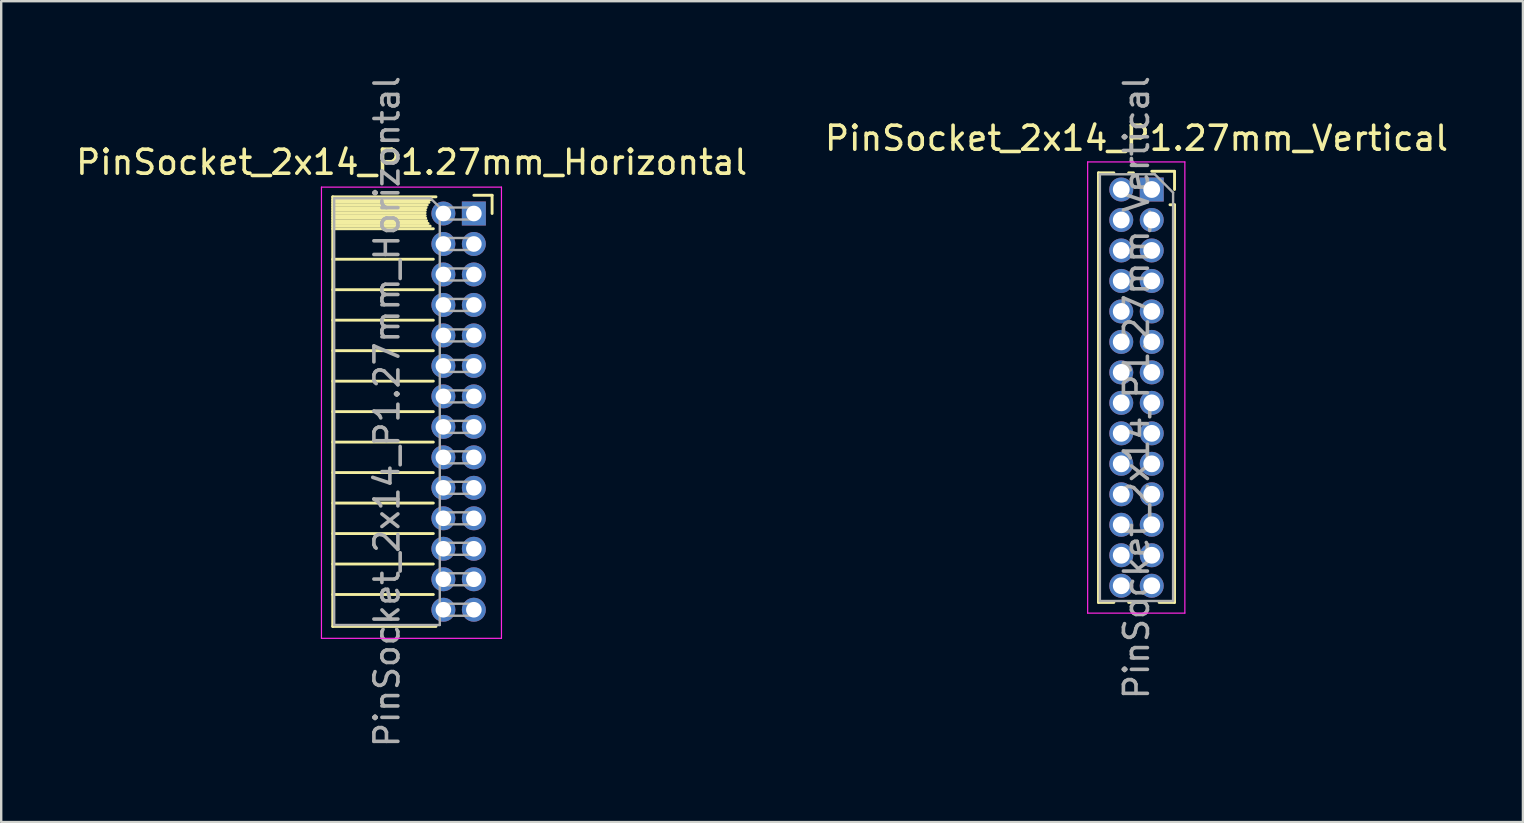
<source format=kicad_pcb>
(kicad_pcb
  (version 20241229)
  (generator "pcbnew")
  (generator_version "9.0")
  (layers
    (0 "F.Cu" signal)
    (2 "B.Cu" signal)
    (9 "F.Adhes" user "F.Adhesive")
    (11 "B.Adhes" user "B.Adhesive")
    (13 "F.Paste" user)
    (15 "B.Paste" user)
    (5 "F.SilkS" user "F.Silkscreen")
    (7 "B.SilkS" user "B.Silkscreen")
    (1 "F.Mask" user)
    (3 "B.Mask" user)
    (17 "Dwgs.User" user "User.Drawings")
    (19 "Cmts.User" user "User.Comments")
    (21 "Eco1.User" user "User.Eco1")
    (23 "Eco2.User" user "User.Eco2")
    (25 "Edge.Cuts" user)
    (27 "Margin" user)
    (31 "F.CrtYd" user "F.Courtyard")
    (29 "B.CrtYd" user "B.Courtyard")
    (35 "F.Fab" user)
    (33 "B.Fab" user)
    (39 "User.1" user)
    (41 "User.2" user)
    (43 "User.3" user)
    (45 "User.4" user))
  (footprint "PinSocket_2x14_P1.27mm_Horizontal"
    (layer "F.Cu")
    (at 16.694 5.846)
    (property "Reference" "PinSocket_2x14_P1.27mm_Horizontal" (at -2.592 -2.135 0) (layer "F.SilkS") (effects (font (size 1 1) (thickness 0.15))))
    (attr through_hole)
    (fp_line (start -5.88 -0.695) (end -5.88 17.205) (stroke (width 0.12) (type solid)) (layer "F.SilkS"))
    (fp_line (start -5.88 -0.695) (end -1.578 -0.695) (stroke (width 0.12) (type solid)) (layer "F.SilkS"))
    (fp_line (start -5.88 -0.575) (end -1.767 -0.575) (stroke (width 0.12) (type solid)) (layer "F.SilkS"))
    (fp_line (start -5.88 -0.465) (end -1.871 -0.465) (stroke (width 0.12) (type solid)) (layer "F.SilkS"))
    (fp_line (start -5.88 -0.355) (end -1.942 -0.355) (stroke (width 0.12) (type solid)) (layer "F.SilkS"))
    (fp_line (start -5.88 -0.245) (end -1.989 -0.245) (stroke (width 0.12) (type solid)) (layer "F.SilkS"))
    (fp_line (start -5.88 -0.135) (end -2.018 -0.135) (stroke (width 0.12) (type solid)) (layer "F.SilkS"))
    (fp_line (start -5.88 -0.025) (end -2.03 -0.025) (stroke (width 0.12) (type solid)) (layer "F.SilkS"))
    (fp_line (start -5.88 0.085) (end -2.025 0.085) (stroke (width 0.12) (type solid)) (layer "F.SilkS"))
    (fp_line (start -5.88 0.195) (end -2.005 0.195) (stroke (width 0.12) (type solid)) (layer "F.SilkS"))
    (fp_line (start -5.88 0.305) (end -1.966 0.305) (stroke (width 0.12) (type solid)) (layer "F.SilkS"))
    (fp_line (start -5.88 0.415) (end -1.907 0.415) (stroke (width 0.12) (type solid)) (layer "F.SilkS"))
    (fp_line (start -5.88 0.525) (end -1.82 0.525) (stroke (width 0.12) (type solid)) (layer "F.SilkS"))
    (fp_line (start -5.88 0.635) (end -1.688 0.635) (stroke (width 0.12) (type solid)) (layer "F.SilkS"))
    (fp_line (start -5.88 1.905) (end -1.688 1.905) (stroke (width 0.12) (type solid)) (layer "F.SilkS"))
    (fp_line (start -5.88 3.175) (end -1.688 3.175) (stroke (width 0.12) (type solid)) (layer "F.SilkS"))
    (fp_line (start -5.88 4.445) (end -1.688 4.445) (stroke (width 0.12) (type solid)) (layer "F.SilkS"))
    (fp_line (start -5.88 5.715) (end -1.688 5.715) (stroke (width 0.12) (type solid)) (layer "F.SilkS"))
    (fp_line (start -5.88 6.985) (end -1.688 6.985) (stroke (width 0.12) (type solid)) (layer "F.SilkS"))
    (fp_line (start -5.88 8.255) (end -1.688 8.255) (stroke (width 0.12) (type solid)) (layer "F.SilkS"))
    (fp_line (start -5.88 9.525) (end -1.688 9.525) (stroke (width 0.12) (type solid)) (layer "F.SilkS"))
    (fp_line (start -5.88 10.795) (end -1.688 10.795) (stroke (width 0.12) (type solid)) (layer "F.SilkS"))
    (fp_line (start -5.88 12.065) (end -1.688 12.065) (stroke (width 0.12) (type solid)) (layer "F.SilkS"))
    (fp_line (start -5.88 13.335) (end -1.688 13.335) (stroke (width 0.12) (type solid)) (layer "F.SilkS"))
    (fp_line (start -5.88 14.605) (end -1.688 14.605) (stroke (width 0.12) (type solid)) (layer "F.SilkS"))
    (fp_line (start -5.88 15.875) (end -1.688 15.875) (stroke (width 0.12) (type solid)) (layer "F.SilkS"))
    (fp_line (start -5.88 17.205) (end -1.578 17.205) (stroke (width 0.12) (type solid)) (layer "F.SilkS"))
    (fp_line (start 0 -0.76) (end 0.76 -0.76) (stroke (width 0.12) (type solid)) (layer "F.SilkS"))
    (fp_line (start 0.76 -0.76) (end 0.76 0) (stroke (width 0.12) (type solid)) (layer "F.SilkS"))
    (fp_line (start -6.35 -1.1) (end -6.35 17.7) (stroke (width 0.05) (type solid)) (layer "F.CrtYd"))
    (fp_line (start -6.35 17.7) (end 1.15 17.7) (stroke (width 0.05) (type solid)) (layer "F.CrtYd"))
    (fp_line (start 1.15 -1.1) (end -6.35 -1.1) (stroke (width 0.05) (type solid)) (layer "F.CrtYd"))
    (fp_line (start 1.15 17.7) (end 1.15 -1.1) (stroke (width 0.05) (type solid)) (layer "F.CrtYd"))
    (fp_line (start -5.82 -0.635) (end -1.805 -0.635) (stroke (width 0.1) (type solid)) (layer "F.Fab"))
    (fp_line (start -5.82 17.145) (end -5.82 -0.635) (stroke (width 0.1) (type solid)) (layer "F.Fab"))
    (fp_line (start -1.805 -0.635) (end -1.42 -0.25) (stroke (width 0.1) (type solid)) (layer "F.Fab"))
    (fp_line (start -1.42 -0.25) (end -1.42 17.145) (stroke (width 0.1) (type solid)) (layer "F.Fab"))
    (fp_line (start -1.42 0.25) (end 0 0.25) (stroke (width 0.1) (type solid)) (layer "F.Fab"))
    (fp_line (start -1.42 1.52) (end 0 1.52) (stroke (width 0.1) (type solid)) (layer "F.Fab"))
    (fp_line (start -1.42 2.79) (end 0 2.79) (stroke (width 0.1) (type solid)) (layer "F.Fab"))
    (fp_line (start -1.42 4.06) (end 0 4.06) (stroke (width 0.1) (type solid)) (layer "F.Fab"))
    (fp_line (start -1.42 5.33) (end 0 5.33) (stroke (width 0.1) (type solid)) (layer "F.Fab"))
    (fp_line (start -1.42 6.6) (end 0 6.6) (stroke (width 0.1) (type solid)) (layer "F.Fab"))
    (fp_line (start -1.42 7.87) (end 0 7.87) (stroke (width 0.1) (type solid)) (layer "F.Fab"))
    (fp_line (start -1.42 9.14) (end 0 9.14) (stroke (width 0.1) (type solid)) (layer "F.Fab"))
    (fp_line (start -1.42 10.41) (end 0 10.41) (stroke (width 0.1) (type solid)) (layer "F.Fab"))
    (fp_line (start -1.42 11.68) (end 0 11.68) (stroke (width 0.1) (type solid)) (layer "F.Fab"))
    (fp_line (start -1.42 12.95) (end 0 12.95) (stroke (width 0.1) (type solid)) (layer "F.Fab"))
    (fp_line (start -1.42 14.22) (end 0 14.22) (stroke (width 0.1) (type solid)) (layer "F.Fab"))
    (fp_line (start -1.42 15.49) (end 0 15.49) (stroke (width 0.1) (type solid)) (layer "F.Fab"))
    (fp_line (start -1.42 16.76) (end 0 16.76) (stroke (width 0.1) (type solid)) (layer "F.Fab"))
    (fp_line (start -1.42 17.145) (end -5.82 17.145) (stroke (width 0.1) (type solid)) (layer "F.Fab"))
    (fp_line (start 0 -0.25) (end -1.42 -0.25) (stroke (width 0.1) (type solid)) (layer "F.Fab"))
    (fp_line (start 0 0.25) (end 0 -0.25) (stroke (width 0.1) (type solid)) (layer "F.Fab"))
    (fp_line (start 0 1.02) (end -1.42 1.02) (stroke (width 0.1) (type solid)) (layer "F.Fab"))
    (fp_line (start 0 1.52) (end 0 1.02) (stroke (width 0.1) (type solid)) (layer "F.Fab"))
    (fp_line (start 0 2.29) (end -1.42 2.29) (stroke (width 0.1) (type solid)) (layer "F.Fab"))
    (fp_line (start 0 2.79) (end 0 2.29) (stroke (width 0.1) (type solid)) (layer "F.Fab"))
    (fp_line (start 0 3.56) (end -1.42 3.56) (stroke (width 0.1) (type solid)) (layer "F.Fab"))
    (fp_line (start 0 4.06) (end 0 3.56) (stroke (width 0.1) (type solid)) (layer "F.Fab"))
    (fp_line (start 0 4.83) (end -1.42 4.83) (stroke (width 0.1) (type solid)) (layer "F.Fab"))
    (fp_line (start 0 5.33) (end 0 4.83) (stroke (width 0.1) (type solid)) (layer "F.Fab"))
    (fp_line (start 0 6.1) (end -1.42 6.1) (stroke (width 0.1) (type solid)) (layer "F.Fab"))
    (fp_line (start 0 6.6) (end 0 6.1) (stroke (width 0.1) (type solid)) (layer "F.Fab"))
    (fp_line (start 0 7.37) (end -1.42 7.37) (stroke (width 0.1) (type solid)) (layer "F.Fab"))
    (fp_line (start 0 7.87) (end 0 7.37) (stroke (width 0.1) (type solid)) (layer "F.Fab"))
    (fp_line (start 0 8.64) (end -1.42 8.64) (stroke (width 0.1) (type solid)) (layer "F.Fab"))
    (fp_line (start 0 9.14) (end 0 8.64) (stroke (width 0.1) (type solid)) (layer "F.Fab"))
    (fp_line (start 0 9.91) (end -1.42 9.91) (stroke (width 0.1) (type solid)) (layer "F.Fab"))
    (fp_line (start 0 10.41) (end 0 9.91) (stroke (width 0.1) (type solid)) (layer "F.Fab"))
    (fp_line (start 0 11.18) (end -1.42 11.18) (stroke (width 0.1) (type solid)) (layer "F.Fab"))
    (fp_line (start 0 11.68) (end 0 11.18) (stroke (width 0.1) (type solid)) (layer "F.Fab"))
    (fp_line (start 0 12.45) (end -1.42 12.45) (stroke (width 0.1) (type solid)) (layer "F.Fab"))
    (fp_line (start 0 12.95) (end 0 12.45) (stroke (width 0.1) (type solid)) (layer "F.Fab"))
    (fp_line (start 0 13.72) (end -1.42 13.72) (stroke (width 0.1) (type solid)) (layer "F.Fab"))
    (fp_line (start 0 14.22) (end 0 13.72) (stroke (width 0.1) (type solid)) (layer "F.Fab"))
    (fp_line (start 0 14.99) (end -1.42 14.99) (stroke (width 0.1) (type solid)) (layer "F.Fab"))
    (fp_line (start 0 15.49) (end 0 14.99) (stroke (width 0.1) (type solid)) (layer "F.Fab"))
    (fp_line (start 0 16.26) (end -1.42 16.26) (stroke (width 0.1) (type solid)) (layer "F.Fab"))
    (fp_line (start 0 16.76) (end 0 16.26) (stroke (width 0.1) (type solid)) (layer "F.Fab"))
    (fp_text user "${REFERENCE}" (at -3.62 8.255 90) (layer "F.Fab") (effects (font (size 1 1) (thickness 0.15))))
    (pad "1" thru_hole rect (at 0 0) (size 1 1) (drill 0.65) (layers "*.Cu" "*.Mask"))
    (pad "2" thru_hole oval (at -1.27 0) (size 1 1) (drill 0.65) (layers "*.Cu" "*.Mask"))
    (pad "3" thru_hole oval (at 0 1.27) (size 1 1) (drill 0.65) (layers "*.Cu" "*.Mask"))
    (pad "4" thru_hole oval (at -1.27 1.27) (size 1 1) (drill 0.65) (layers "*.Cu" "*.Mask"))
    (pad "5" thru_hole oval (at 0 2.54) (size 1 1) (drill 0.65) (layers "*.Cu" "*.Mask"))
    (pad "6" thru_hole oval (at -1.27 2.54) (size 1 1) (drill 0.65) (layers "*.Cu" "*.Mask"))
    (pad "7" thru_hole oval (at 0 3.81) (size 1 1) (drill 0.65) (layers "*.Cu" "*.Mask"))
    (pad "8" thru_hole oval (at -1.27 3.81) (size 1 1) (drill 0.65) (layers "*.Cu" "*.Mask"))
    (pad "9" thru_hole oval (at 0 5.08) (size 1 1) (drill 0.65) (layers "*.Cu" "*.Mask"))
    (pad "10" thru_hole oval (at -1.27 5.08) (size 1 1) (drill 0.65) (layers "*.Cu" "*.Mask"))
    (pad "11" thru_hole oval (at 0 6.35) (size 1 1) (drill 0.65) (layers "*.Cu" "*.Mask"))
    (pad "12" thru_hole oval (at -1.27 6.35) (size 1 1) (drill 0.65) (layers "*.Cu" "*.Mask"))
    (pad "13" thru_hole oval (at 0 7.62) (size 1 1) (drill 0.65) (layers "*.Cu" "*.Mask"))
    (pad "14" thru_hole oval (at -1.27 7.62) (size 1 1) (drill 0.65) (layers "*.Cu" "*.Mask"))
    (pad "15" thru_hole oval (at 0 8.89) (size 1 1) (drill 0.65) (layers "*.Cu" "*.Mask"))
    (pad "16" thru_hole oval (at -1.27 8.89) (size 1 1) (drill 0.65) (layers "*.Cu" "*.Mask"))
    (pad "17" thru_hole oval (at 0 10.16) (size 1 1) (drill 0.65) (layers "*.Cu" "*.Mask"))
    (pad "18" thru_hole oval (at -1.27 10.16) (size 1 1) (drill 0.65) (layers "*.Cu" "*.Mask"))
    (pad "19" thru_hole oval (at 0 11.43) (size 1 1) (drill 0.65) (layers "*.Cu" "*.Mask"))
    (pad "20" thru_hole oval (at -1.27 11.43) (size 1 1) (drill 0.65) (layers "*.Cu" "*.Mask"))
    (pad "21" thru_hole oval (at 0 12.7) (size 1 1) (drill 0.65) (layers "*.Cu" "*.Mask"))
    (pad "22" thru_hole oval (at -1.27 12.7) (size 1 1) (drill 0.65) (layers "*.Cu" "*.Mask"))
    (pad "23" thru_hole oval (at 0 13.97) (size 1 1) (drill 0.65) (layers "*.Cu" "*.Mask"))
    (pad "24" thru_hole oval (at -1.27 13.97) (size 1 1) (drill 0.65) (layers "*.Cu" "*.Mask"))
    (pad "25" thru_hole oval (at 0 15.24) (size 1 1) (drill 0.65) (layers "*.Cu" "*.Mask"))
    (pad "26" thru_hole oval (at -1.27 15.24) (size 1 1) (drill 0.65) (layers "*.Cu" "*.Mask"))
    (pad "27" thru_hole oval (at 0 16.51) (size 1 1) (drill 0.65) (layers "*.Cu" "*.Mask"))
    (pad "28" thru_hole oval (at -1.27 16.51) (size 1 1) (drill 0.65) (layers "*.Cu" "*.Mask")))
  (footprint "PinSocket_2x14_P1.27mm_Vertical"
    (layer "F.Cu")
    (at 44.939 4.846)
    (property "Reference" "PinSocket_2x14_P1.27mm_Vertical" (at -0.635 -2.135 0) (layer "F.SilkS") (effects (font (size 1 1) (thickness 0.15))))
    (attr through_hole)
    (fp_line (start -2.22 -0.695) (end -2.22 17.205) (stroke (width 0.12) (type solid)) (layer "F.SilkS"))
    (fp_line (start -2.22 -0.695) (end -1.578 -0.695) (stroke (width 0.12) (type solid)) (layer "F.SilkS"))
    (fp_line (start -2.22 17.205) (end -1.578 17.205) (stroke (width 0.12) (type solid)) (layer "F.SilkS"))
    (fp_line (start -0.962 -0.695) (end -0.76 -0.695) (stroke (width 0.12) (type solid)) (layer "F.SilkS"))
    (fp_line (start -0.962 17.205) (end -0.308 17.205) (stroke (width 0.12) (type solid)) (layer "F.SilkS"))
    (fp_line (start 0 -0.76) (end 0.95 -0.76) (stroke (width 0.12) (type solid)) (layer "F.SilkS"))
    (fp_line (start 0.308 17.205) (end 0.95 17.205) (stroke (width 0.12) (type solid)) (layer "F.SilkS"))
    (fp_line (start 0.76 0.635) (end 0.95 0.635) (stroke (width 0.12) (type solid)) (layer "F.SilkS"))
    (fp_line (start 0.95 -0.76) (end 0.95 0) (stroke (width 0.12) (type solid)) (layer "F.SilkS"))
    (fp_line (start 0.95 0.635) (end 0.95 17.205) (stroke (width 0.12) (type solid)) (layer "F.SilkS"))
    (fp_line (start -2.67 -1.15) (end 1.38 -1.15) (stroke (width 0.05) (type solid)) (layer "F.CrtYd"))
    (fp_line (start -2.67 17.65) (end -2.67 -1.15) (stroke (width 0.05) (type solid)) (layer "F.CrtYd"))
    (fp_line (start 1.38 -1.15) (end 1.38 17.65) (stroke (width 0.05) (type solid)) (layer "F.CrtYd"))
    (fp_line (start 1.38 17.65) (end -2.67 17.65) (stroke (width 0.05) (type solid)) (layer "F.CrtYd"))
    (fp_line (start -2.16 -0.635) (end 0.128 -0.635) (stroke (width 0.1) (type solid)) (layer "F.Fab"))
    (fp_line (start -2.16 17.145) (end -2.16 -0.635) (stroke (width 0.1) (type solid)) (layer "F.Fab"))
    (fp_line (start 0.128 -0.635) (end 0.89 0.128) (stroke (width 0.1) (type solid)) (layer "F.Fab"))
    (fp_line (start 0.89 0.128) (end 0.89 17.145) (stroke (width 0.1) (type solid)) (layer "F.Fab"))
    (fp_line (start 0.89 17.145) (end -2.16 17.145) (stroke (width 0.1) (type solid)) (layer "F.Fab"))
    (fp_text user "${REFERENCE}" (at -0.635 8.255 90) (layer "F.Fab") (effects (font (size 1 1) (thickness 0.15))))
    (pad "1" thru_hole rect (at 0 0) (size 1 1) (drill 0.7) (layers "*.Cu" "*.Mask"))
    (pad "2" thru_hole oval (at -1.27 0) (size 1 1) (drill 0.7) (layers "*.Cu" "*.Mask"))
    (pad "3" thru_hole oval (at 0 1.27) (size 1 1) (drill 0.7) (layers "*.Cu" "*.Mask"))
    (pad "4" thru_hole oval (at -1.27 1.27) (size 1 1) (drill 0.7) (layers "*.Cu" "*.Mask"))
    (pad "5" thru_hole oval (at 0 2.54) (size 1 1) (drill 0.7) (layers "*.Cu" "*.Mask"))
    (pad "6" thru_hole oval (at -1.27 2.54) (size 1 1) (drill 0.7) (layers "*.Cu" "*.Mask"))
    (pad "7" thru_hole oval (at 0 3.81) (size 1 1) (drill 0.7) (layers "*.Cu" "*.Mask"))
    (pad "8" thru_hole oval (at -1.27 3.81) (size 1 1) (drill 0.7) (layers "*.Cu" "*.Mask"))
    (pad "9" thru_hole oval (at 0 5.08) (size 1 1) (drill 0.7) (layers "*.Cu" "*.Mask"))
    (pad "10" thru_hole oval (at -1.27 5.08) (size 1 1) (drill 0.7) (layers "*.Cu" "*.Mask"))
    (pad "11" thru_hole oval (at 0 6.35) (size 1 1) (drill 0.7) (layers "*.Cu" "*.Mask"))
    (pad "12" thru_hole oval (at -1.27 6.35) (size 1 1) (drill 0.7) (layers "*.Cu" "*.Mask"))
    (pad "13" thru_hole oval (at 0 7.62) (size 1 1) (drill 0.7) (layers "*.Cu" "*.Mask"))
    (pad "14" thru_hole oval (at -1.27 7.62) (size 1 1) (drill 0.7) (layers "*.Cu" "*.Mask"))
    (pad "15" thru_hole oval (at 0 8.89) (size 1 1) (drill 0.7) (layers "*.Cu" "*.Mask"))
    (pad "16" thru_hole oval (at -1.27 8.89) (size 1 1) (drill 0.7) (layers "*.Cu" "*.Mask"))
    (pad "17" thru_hole oval (at 0 10.16) (size 1 1) (drill 0.7) (layers "*.Cu" "*.Mask"))
    (pad "18" thru_hole oval (at -1.27 10.16) (size 1 1) (drill 0.7) (layers "*.Cu" "*.Mask"))
    (pad "19" thru_hole oval (at 0 11.43) (size 1 1) (drill 0.7) (layers "*.Cu" "*.Mask"))
    (pad "20" thru_hole oval (at -1.27 11.43) (size 1 1) (drill 0.7) (layers "*.Cu" "*.Mask"))
    (pad "21" thru_hole oval (at 0 12.7) (size 1 1) (drill 0.7) (layers "*.Cu" "*.Mask"))
    (pad "22" thru_hole oval (at -1.27 12.7) (size 1 1) (drill 0.7) (layers "*.Cu" "*.Mask"))
    (pad "23" thru_hole oval (at 0 13.97) (size 1 1) (drill 0.7) (layers "*.Cu" "*.Mask"))
    (pad "24" thru_hole oval (at -1.27 13.97) (size 1 1) (drill 0.7) (layers "*.Cu" "*.Mask"))
    (pad "25" thru_hole oval (at 0 15.24) (size 1 1) (drill 0.7) (layers "*.Cu" "*.Mask"))
    (pad "26" thru_hole oval (at -1.27 15.24) (size 1 1) (drill 0.7) (layers "*.Cu" "*.Mask"))
    (pad "27" thru_hole oval (at 0 16.51) (size 1 1) (drill 0.7) (layers "*.Cu" "*.Mask"))
    (pad "28" thru_hole oval (at -1.27 16.51) (size 1 1) (drill 0.7) (layers "*.Cu" "*.Mask")))
  (gr_rect
    (start -3 -3)
    (end 60.405 31.202)
    (stroke (width 0.1) (type default))
    (fill no)
    (layer "Edge.Cuts")))
</source>
